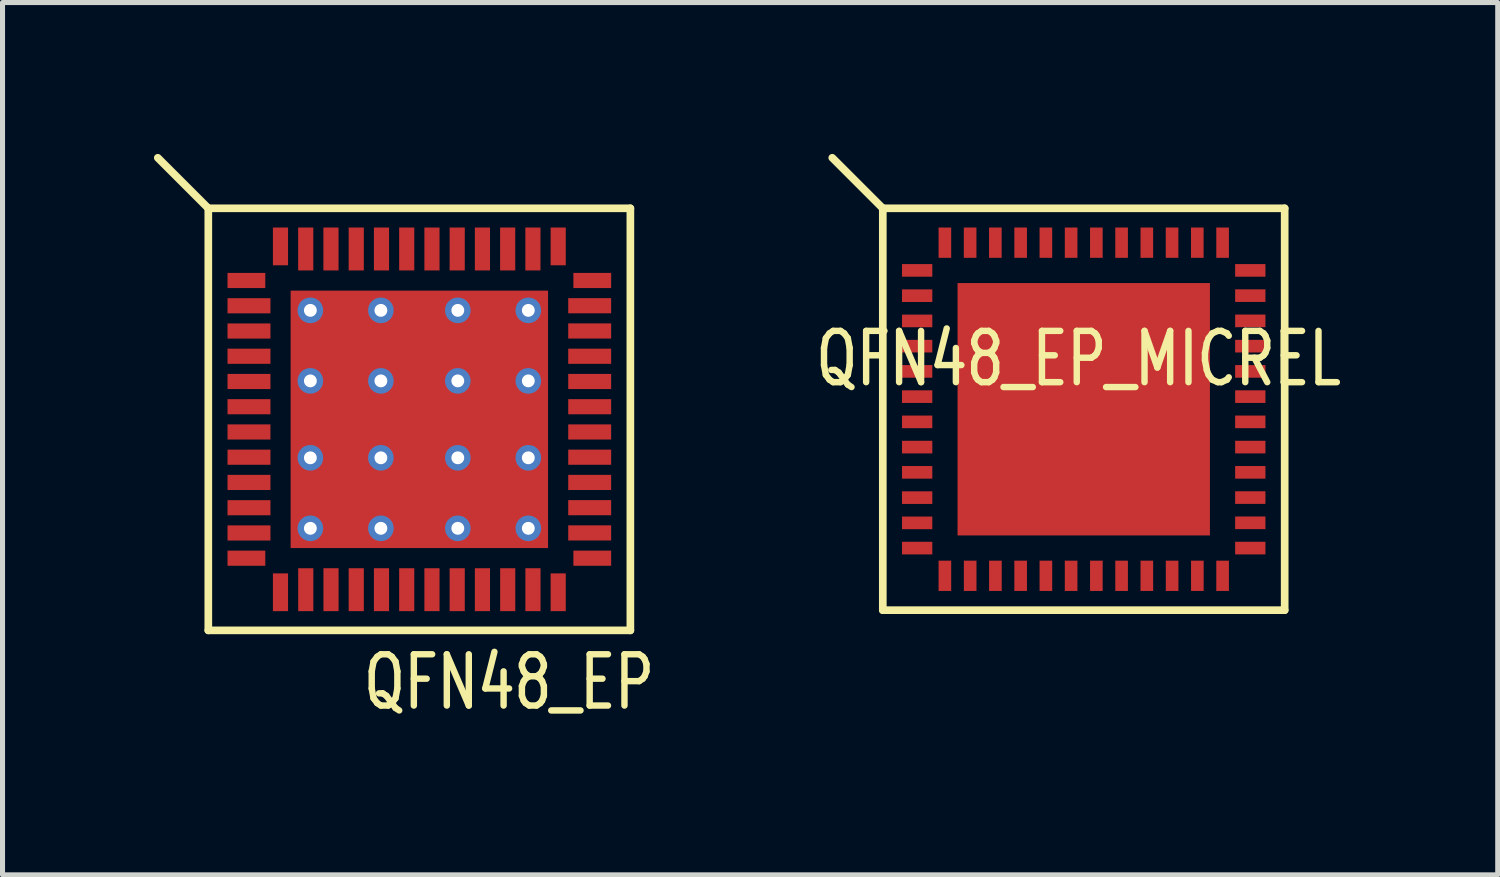
<source format=kicad_pcb>
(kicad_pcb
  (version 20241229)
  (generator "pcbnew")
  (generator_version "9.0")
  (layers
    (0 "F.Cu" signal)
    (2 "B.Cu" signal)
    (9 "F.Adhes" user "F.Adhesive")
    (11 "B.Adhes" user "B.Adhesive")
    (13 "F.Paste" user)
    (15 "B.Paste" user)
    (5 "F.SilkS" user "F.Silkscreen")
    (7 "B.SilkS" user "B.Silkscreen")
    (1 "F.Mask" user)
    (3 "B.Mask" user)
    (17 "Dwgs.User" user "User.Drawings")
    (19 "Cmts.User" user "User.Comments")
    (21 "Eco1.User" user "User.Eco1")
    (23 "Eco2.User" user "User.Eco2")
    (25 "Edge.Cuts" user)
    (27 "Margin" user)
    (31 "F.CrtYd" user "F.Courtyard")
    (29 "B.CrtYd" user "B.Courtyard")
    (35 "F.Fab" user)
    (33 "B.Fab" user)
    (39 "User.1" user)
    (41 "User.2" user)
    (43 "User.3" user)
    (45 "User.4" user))
  (footprint "QFN48_EP"
    (layer "F.Cu")
    (at 5.258 5.258)
    (property "Reference" "QFN48_EP" (at 1.778 5.207 0) (layer "F.SilkS") (effects (font (size 1.016 0.762) (thickness 0.127))))
    (attr through_hole)
    (fp_line (start -4.181 -4.181) (end -5.182 -5.182) (stroke (width 0.152) (type solid)) (layer "F.SilkS"))
    (fp_line (start -4.181 -4.181) (end 4.181 -4.181) (stroke (width 0.152) (type solid)) (layer "F.SilkS"))
    (fp_line (start -4.181 4.181) (end -4.181 -4.181) (stroke (width 0.152) (type solid)) (layer "F.SilkS"))
    (fp_line (start 4.181 -4.181) (end 4.181 4.181) (stroke (width 0.152) (type solid)) (layer "F.SilkS"))
    (fp_line (start 4.181 4.181) (end -4.181 4.181) (stroke (width 0.152) (type solid)) (layer "F.SilkS"))
    (pad "1" smd rect (at -3.426 -2.751) (size 0.748 0.3) (layers "F.Cu" "F.Mask" "F.Paste"))
    (pad "2" smd rect (at -3.375 -2.25) (size 0.85 0.3) (layers "F.Cu" "F.Mask" "F.Paste"))
    (pad "3" smd rect (at -3.375 -1.75) (size 0.85 0.3) (layers "F.Cu" "F.Mask" "F.Paste"))
    (pad "4" smd rect (at -3.375 -1.25) (size 0.85 0.3) (layers "F.Cu" "F.Mask" "F.Paste"))
    (pad "5" smd rect (at -3.375 -0.75) (size 0.85 0.3) (layers "F.Cu" "F.Mask" "F.Paste"))
    (pad "6" smd rect (at -3.375 -0.25) (size 0.85 0.3) (layers "F.Cu" "F.Mask" "F.Paste"))
    (pad "7" smd rect (at -3.375 0.25) (size 0.85 0.3) (layers "F.Cu" "F.Mask" "F.Paste"))
    (pad "8" smd rect (at -3.375 0.75) (size 0.85 0.3) (layers "F.Cu" "F.Mask" "F.Paste"))
    (pad "9" smd rect (at -3.375 1.25) (size 0.85 0.3) (layers "F.Cu" "F.Mask" "F.Paste"))
    (pad "10" smd rect (at -3.375 1.751) (size 0.85 0.3) (layers "F.Cu" "F.Mask" "F.Paste"))
    (pad "11" smd rect (at -3.375 2.251) (size 0.85 0.3) (layers "F.Cu" "F.Mask" "F.Paste"))
    (pad "12" smd rect (at -3.426 2.751) (size 0.748 0.3) (layers "F.Cu" "F.Mask" "F.Paste"))
    (pad "13" smd rect (at -2.751 3.426 270) (size 0.748 0.3) (layers "F.Cu" "F.Mask" "F.Paste"))
    (pad "14" smd rect (at -2.25 3.375 270) (size 0.85 0.3) (layers "F.Cu" "F.Mask" "F.Paste"))
    (pad "15" smd rect (at -1.75 3.375 270) (size 0.85 0.3) (layers "F.Cu" "F.Mask" "F.Paste"))
    (pad "16" smd rect (at -1.25 3.375 270) (size 0.85 0.3) (layers "F.Cu" "F.Mask" "F.Paste"))
    (pad "17" smd rect (at -0.75 3.375 270) (size 0.85 0.3) (layers "F.Cu" "F.Mask" "F.Paste"))
    (pad "18" smd rect (at -0.25 3.375 270) (size 0.85 0.3) (layers "F.Cu" "F.Mask" "F.Paste"))
    (pad "19" smd rect (at 0.25 3.375 270) (size 0.85 0.3) (layers "F.Cu" "F.Mask" "F.Paste"))
    (pad "20" smd rect (at 0.75 3.375 270) (size 0.85 0.3) (layers "F.Cu" "F.Mask" "F.Paste"))
    (pad "21" smd rect (at 1.25 3.375 270) (size 0.85 0.3) (layers "F.Cu" "F.Mask" "F.Paste"))
    (pad "22" smd rect (at 1.751 3.375 270) (size 0.85 0.3) (layers "F.Cu" "F.Mask" "F.Paste"))
    (pad "23" smd rect (at 2.251 3.375 270) (size 0.85 0.3) (layers "F.Cu" "F.Mask" "F.Paste"))
    (pad "24" smd rect (at 2.751 3.426 270) (size 0.748 0.3) (layers "F.Cu" "F.Mask" "F.Paste"))
    (pad "25" smd rect (at 3.426 2.751) (size 0.748 0.3) (layers "F.Cu" "F.Mask" "F.Paste"))
    (pad "26" smd rect (at 3.375 2.25) (size 0.85 0.3) (layers "F.Cu" "F.Mask" "F.Paste"))
    (pad "27" smd rect (at 3.375 1.75) (size 0.85 0.3) (layers "F.Cu" "F.Mask" "F.Paste"))
    (pad "28" smd rect (at 3.375 1.25) (size 0.85 0.3) (layers "F.Cu" "F.Mask" "F.Paste"))
    (pad "29" smd rect (at 3.375 0.75) (size 0.85 0.3) (layers "F.Cu" "F.Mask" "F.Paste"))
    (pad "30" smd rect (at 3.375 0.25) (size 0.85 0.3) (layers "F.Cu" "F.Mask" "F.Paste"))
    (pad "31" smd rect (at 3.375 -0.25) (size 0.85 0.3) (layers "F.Cu" "F.Mask" "F.Paste"))
    (pad "32" smd rect (at 3.375 -0.75) (size 0.85 0.3) (layers "F.Cu" "F.Mask" "F.Paste"))
    (pad "33" smd rect (at 3.375 -1.25) (size 0.85 0.3) (layers "F.Cu" "F.Mask" "F.Paste"))
    (pad "34" smd rect (at 3.375 -1.751) (size 0.85 0.3) (layers "F.Cu" "F.Mask" "F.Paste"))
    (pad "35" smd rect (at 3.375 -2.251) (size 0.85 0.3) (layers "F.Cu" "F.Mask" "F.Paste"))
    (pad "36" smd rect (at 3.426 -2.751) (size 0.748 0.3) (layers "F.Cu" "F.Mask" "F.Paste"))
    (pad "37" smd rect (at 2.751 -3.426 270) (size 0.748 0.3) (layers "F.Cu" "F.Mask" "F.Paste"))
    (pad "38" smd rect (at 2.25 -3.375 270) (size 0.85 0.3) (layers "F.Cu" "F.Mask" "F.Paste"))
    (pad "39" smd rect (at 1.75 -3.375 270) (size 0.85 0.3) (layers "F.Cu" "F.Mask" "F.Paste"))
    (pad "40" smd rect (at 1.25 -3.375 270) (size 0.85 0.3) (layers "F.Cu" "F.Mask" "F.Paste"))
    (pad "41" smd rect (at 0.75 -3.375 270) (size 0.85 0.3) (layers "F.Cu" "F.Mask" "F.Paste"))
    (pad "42" smd rect (at 0.25 -3.375 270) (size 0.85 0.3) (layers "F.Cu" "F.Mask" "F.Paste"))
    (pad "43" smd rect (at -0.25 -3.375 270) (size 0.85 0.3) (layers "F.Cu" "F.Mask" "F.Paste"))
    (pad "44" smd rect (at -0.75 -3.375 270) (size 0.85 0.3) (layers "F.Cu" "F.Mask" "F.Paste"))
    (pad "45" smd rect (at -1.25 -3.375 270) (size 0.85 0.3) (layers "F.Cu" "F.Mask" "F.Paste"))
    (pad "46" smd rect (at -1.751 -3.375 270) (size 0.85 0.3) (layers "F.Cu" "F.Mask" "F.Paste"))
    (pad "47" smd rect (at -2.251 -3.375 270) (size 0.85 0.3) (layers "F.Cu" "F.Mask" "F.Paste"))
    (pad "48" smd rect (at -2.751 -3.426 270) (size 0.748 0.3) (layers "F.Cu" "F.Mask" "F.Paste"))
    (pad "49" thru_hole circle (at -2.159 -2.159) (size 0.508 0.508) (drill 0.254) (layers "*.Cu" "*.Mask"))
    (pad "49" thru_hole circle (at -2.159 -0.762) (size 0.508 0.508) (drill 0.254) (layers "*.Cu" "*.Mask"))
    (pad "49" thru_hole circle (at -2.159 0.762) (size 0.508 0.508) (drill 0.254) (layers "*.Cu" "*.Mask"))
    (pad "49" thru_hole circle (at -2.159 2.159) (size 0.508 0.508) (drill 0.254) (layers "*.Cu" "*.Mask"))
    (pad "49" smd rect (at -1.448 -1.448) (size 1.168 1.168) (layers "F.Cu" "F.Paste"))
    (pad "49" smd rect (at -1.448 0) (size 1.168 1.168) (layers "F.Cu" "F.Paste"))
    (pad "49" smd rect (at -1.448 1.448) (size 1.168 1.168) (layers "F.Cu" "F.Paste"))
    (pad "49" thru_hole circle (at -0.762 -2.159) (size 0.508 0.508) (drill 0.254) (layers "*.Cu" "*.Mask"))
    (pad "49" thru_hole circle (at -0.762 -0.762) (size 0.508 0.508) (drill 0.254) (layers "*.Cu" "*.Mask"))
    (pad "49" thru_hole circle (at -0.762 0.762) (size 0.508 0.508) (drill 0.254) (layers "*.Cu" "*.Mask"))
    (pad "49" thru_hole circle (at -0.762 2.159) (size 0.508 0.508) (drill 0.254) (layers "*.Cu" "*.Mask"))
    (pad "49" smd rect (at 0 -1.448) (size 1.168 1.168) (layers "F.Cu" "F.Paste"))
    (pad "49" smd rect (at 0 0) (size 1.168 1.168) (layers "F.Cu" "F.Paste"))
    (pad "49" smd rect (at 0 0) (size 5.1 5.1) (layers "F.Cu" "F.Mask"))
    (pad "49" smd rect (at 0 1.448) (size 1.168 1.168) (layers "F.Cu" "F.Paste"))
    (pad "49" thru_hole circle (at 0.762 -2.159) (size 0.508 0.508) (drill 0.254) (layers "*.Cu" "*.Mask"))
    (pad "49" thru_hole circle (at 0.762 -0.762) (size 0.508 0.508) (drill 0.254) (layers "*.Cu" "*.Mask"))
    (pad "49" thru_hole circle (at 0.762 0.762) (size 0.508 0.508) (drill 0.254) (layers "*.Cu" "*.Mask"))
    (pad "49" thru_hole circle (at 0.762 2.159) (size 0.508 0.508) (drill 0.254) (layers "*.Cu" "*.Mask"))
    (pad "49" smd rect (at 1.448 -1.448) (size 1.168 1.168) (layers "F.Cu" "F.Paste"))
    (pad "49" smd rect (at 1.448 0) (size 1.168 1.168) (layers "F.Cu" "F.Paste"))
    (pad "49" smd rect (at 1.448 1.448) (size 1.168 1.168) (layers "F.Cu" "F.Paste"))
    (pad "49" thru_hole circle (at 2.159 -2.159) (size 0.508 0.508) (drill 0.254) (layers "*.Cu" "*.Mask"))
    (pad "49" thru_hole circle (at 2.159 -0.762) (size 0.508 0.508) (drill 0.254) (layers "*.Cu" "*.Mask"))
    (pad "49" thru_hole circle (at 2.159 0.762) (size 0.508 0.508) (drill 0.254) (layers "*.Cu" "*.Mask"))
    (pad "49" thru_hole circle (at 2.159 2.159) (size 0.508 0.508) (drill 0.254) (layers "*.Cu" "*.Mask")))
  (footprint "QFN48_EP_MICREL"
    (layer "F.Cu")
    (at 18.421 5.058)
    (property "Reference" "QFN48_EP_MICREL" (at -0.102 -1 0) (layer "F.SilkS") (effects (font (size 1.016 0.762) (thickness 0.127))))
    (attr through_hole)
    (fp_line (start -3.981 -3.981) (end -4.982 -4.982) (stroke (width 0.152) (type solid)) (layer "F.SilkS"))
    (fp_line (start -3.981 -3.981) (end 3.981 -3.981) (stroke (width 0.152) (type solid)) (layer "F.SilkS"))
    (fp_line (start -3.981 3.981) (end -3.981 -3.981) (stroke (width 0.152) (type solid)) (layer "F.SilkS"))
    (fp_line (start 3.981 -3.981) (end 3.981 3.981) (stroke (width 0.152) (type solid)) (layer "F.SilkS"))
    (fp_line (start 3.981 3.981) (end -3.981 3.981) (stroke (width 0.152) (type solid)) (layer "F.SilkS"))
    (pad "1" smd rect (at -3.3 -2.751) (size 0.6 0.25) (layers "F.Cu" "F.Mask" "F.Paste"))
    (pad "2" smd rect (at -3.3 -2.25) (size 0.6 0.25) (layers "F.Cu" "F.Mask" "F.Paste"))
    (pad "3" smd rect (at -3.3 -1.75) (size 0.6 0.25) (layers "F.Cu" "F.Mask" "F.Paste"))
    (pad "4" smd rect (at -3.3 -1.25) (size 0.6 0.25) (layers "F.Cu" "F.Mask" "F.Paste"))
    (pad "5" smd rect (at -3.3 -0.75) (size 0.6 0.25) (layers "F.Cu" "F.Mask" "F.Paste"))
    (pad "6" smd rect (at -3.3 -0.25) (size 0.6 0.25) (layers "F.Cu" "F.Mask" "F.Paste"))
    (pad "7" smd rect (at -3.3 0.25) (size 0.6 0.25) (layers "F.Cu" "F.Mask" "F.Paste"))
    (pad "8" smd rect (at -3.3 0.75) (size 0.6 0.25) (layers "F.Cu" "F.Mask" "F.Paste"))
    (pad "9" smd rect (at -3.3 1.25) (size 0.6 0.25) (layers "F.Cu" "F.Mask" "F.Paste"))
    (pad "10" smd rect (at -3.3 1.751) (size 0.6 0.25) (layers "F.Cu" "F.Mask" "F.Paste"))
    (pad "11" smd rect (at -3.3 2.251) (size 0.6 0.25) (layers "F.Cu" "F.Mask" "F.Paste"))
    (pad "12" smd rect (at -3.3 2.751) (size 0.6 0.25) (layers "F.Cu" "F.Mask" "F.Paste"))
    (pad "13" smd rect (at -2.751 3.3 270) (size 0.6 0.25) (layers "F.Cu" "F.Mask" "F.Paste"))
    (pad "14" smd rect (at -2.25 3.3 270) (size 0.6 0.25) (layers "F.Cu" "F.Mask" "F.Paste"))
    (pad "15" smd rect (at -1.75 3.3 270) (size 0.6 0.25) (layers "F.Cu" "F.Mask" "F.Paste"))
    (pad "16" smd rect (at -1.25 3.3 270) (size 0.6 0.25) (layers "F.Cu" "F.Mask" "F.Paste"))
    (pad "17" smd rect (at -0.75 3.3 270) (size 0.6 0.25) (layers "F.Cu" "F.Mask" "F.Paste"))
    (pad "18" smd rect (at -0.25 3.3 270) (size 0.6 0.25) (layers "F.Cu" "F.Mask" "F.Paste"))
    (pad "19" smd rect (at 0.25 3.3 270) (size 0.6 0.25) (layers "F.Cu" "F.Mask" "F.Paste"))
    (pad "20" smd rect (at 0.75 3.3 270) (size 0.6 0.25) (layers "F.Cu" "F.Mask" "F.Paste"))
    (pad "21" smd rect (at 1.25 3.3 270) (size 0.6 0.25) (layers "F.Cu" "F.Mask" "F.Paste"))
    (pad "22" smd rect (at 1.751 3.3 270) (size 0.6 0.25) (layers "F.Cu" "F.Mask" "F.Paste"))
    (pad "23" smd rect (at 2.251 3.3 270) (size 0.6 0.25) (layers "F.Cu" "F.Mask" "F.Paste"))
    (pad "24" smd rect (at 2.751 3.3 270) (size 0.6 0.25) (layers "F.Cu" "F.Mask" "F.Paste"))
    (pad "25" smd rect (at 3.3 2.751) (size 0.6 0.25) (layers "F.Cu" "F.Mask" "F.Paste"))
    (pad "26" smd rect (at 3.3 2.25) (size 0.6 0.25) (layers "F.Cu" "F.Mask" "F.Paste"))
    (pad "27" smd rect (at 3.3 1.75) (size 0.6 0.25) (layers "F.Cu" "F.Mask" "F.Paste"))
    (pad "28" smd rect (at 3.3 1.25) (size 0.6 0.25) (layers "F.Cu" "F.Mask" "F.Paste"))
    (pad "29" smd rect (at 3.3 0.75) (size 0.6 0.25) (layers "F.Cu" "F.Mask" "F.Paste"))
    (pad "30" smd rect (at 3.3 0.25) (size 0.6 0.25) (layers "F.Cu" "F.Mask" "F.Paste"))
    (pad "31" smd rect (at 3.3 -0.25) (size 0.6 0.25) (layers "F.Cu" "F.Mask" "F.Paste"))
    (pad "32" smd rect (at 3.3 -0.75) (size 0.6 0.25) (layers "F.Cu" "F.Mask" "F.Paste"))
    (pad "33" smd rect (at 3.3 -1.25) (size 0.6 0.25) (layers "F.Cu" "F.Mask" "F.Paste"))
    (pad "34" smd rect (at 3.3 -1.751) (size 0.6 0.25) (layers "F.Cu" "F.Mask" "F.Paste"))
    (pad "35" smd rect (at 3.3 -2.251) (size 0.6 0.25) (layers "F.Cu" "F.Mask" "F.Paste"))
    (pad "36" smd rect (at 3.3 -2.751) (size 0.6 0.25) (layers "F.Cu" "F.Mask" "F.Paste"))
    (pad "37" smd rect (at 2.751 -3.3 270) (size 0.6 0.25) (layers "F.Cu" "F.Mask" "F.Paste"))
    (pad "38" smd rect (at 2.25 -3.3 270) (size 0.6 0.25) (layers "F.Cu" "F.Mask" "F.Paste"))
    (pad "39" smd rect (at 1.75 -3.3 270) (size 0.6 0.25) (layers "F.Cu" "F.Mask" "F.Paste"))
    (pad "40" smd rect (at 1.25 -3.3 270) (size 0.6 0.25) (layers "F.Cu" "F.Mask" "F.Paste"))
    (pad "41" smd rect (at 0.75 -3.3 270) (size 0.6 0.25) (layers "F.Cu" "F.Mask" "F.Paste"))
    (pad "42" smd rect (at 0.25 -3.3 270) (size 0.6 0.25) (layers "F.Cu" "F.Mask" "F.Paste"))
    (pad "43" smd rect (at -0.25 -3.3 270) (size 0.6 0.25) (layers "F.Cu" "F.Mask" "F.Paste"))
    (pad "44" smd rect (at -0.75 -3.3 270) (size 0.6 0.25) (layers "F.Cu" "F.Mask" "F.Paste"))
    (pad "45" smd rect (at -1.25 -3.3 270) (size 0.6 0.25) (layers "F.Cu" "F.Mask" "F.Paste"))
    (pad "46" smd rect (at -1.751 -3.3 270) (size 0.6 0.25) (layers "F.Cu" "F.Mask" "F.Paste"))
    (pad "47" smd rect (at -2.251 -3.3 270) (size 0.6 0.25) (layers "F.Cu" "F.Mask" "F.Paste"))
    (pad "48" smd rect (at -2.751 -3.3 270) (size 0.6 0.25) (layers "F.Cu" "F.Mask" "F.Paste"))
    (pad "49" smd rect (at 0 0) (size 5 5) (layers "F.Cu" "F.Mask" "F.Paste")))
  (gr_rect
    (start -3 -3)
    (end 26.623 14.282)
    (stroke (width 0.1) (type default))
    (fill no)
    (layer "Edge.Cuts")))
</source>
